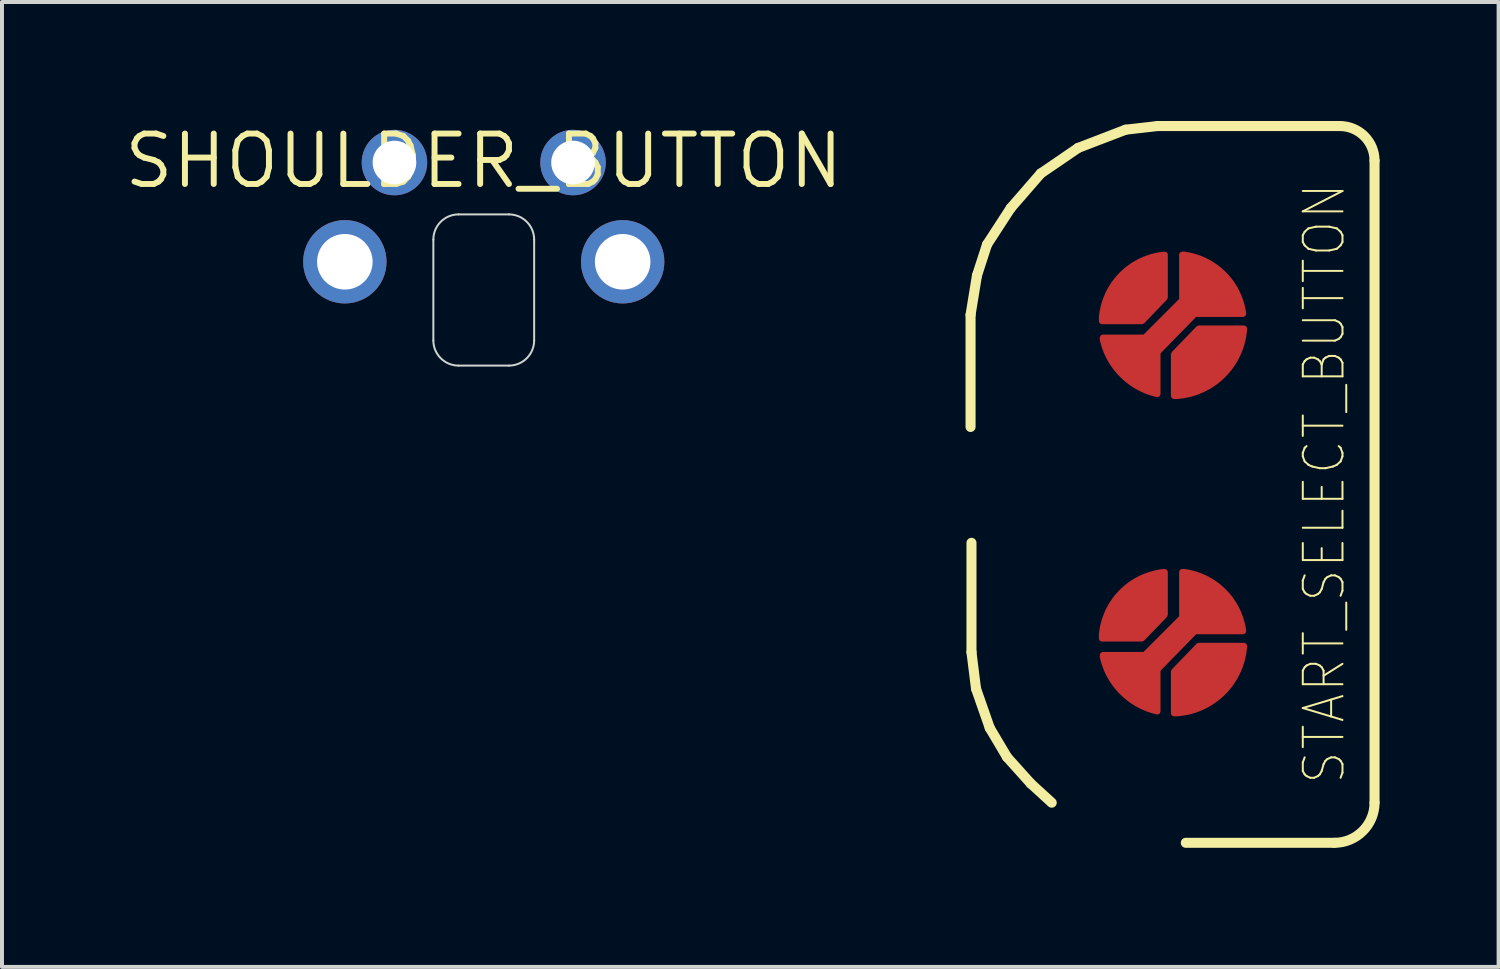
<source format=kicad_pcb>
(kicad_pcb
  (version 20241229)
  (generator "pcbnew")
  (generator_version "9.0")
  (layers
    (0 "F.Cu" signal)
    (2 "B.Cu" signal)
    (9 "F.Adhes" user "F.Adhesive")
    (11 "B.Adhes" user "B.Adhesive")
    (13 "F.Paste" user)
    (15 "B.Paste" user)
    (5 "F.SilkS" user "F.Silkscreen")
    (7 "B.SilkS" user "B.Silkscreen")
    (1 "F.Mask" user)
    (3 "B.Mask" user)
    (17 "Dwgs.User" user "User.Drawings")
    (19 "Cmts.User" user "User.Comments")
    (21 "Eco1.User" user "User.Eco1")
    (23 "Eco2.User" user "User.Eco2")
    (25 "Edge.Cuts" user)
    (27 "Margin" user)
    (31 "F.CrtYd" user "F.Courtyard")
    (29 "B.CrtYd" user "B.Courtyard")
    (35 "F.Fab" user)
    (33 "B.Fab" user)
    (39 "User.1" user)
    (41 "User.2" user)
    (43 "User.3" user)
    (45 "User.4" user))
  (footprint "SHOULDER_BUTTON"
    (layer "F.Cu")
    (at 9.139 3.546)
    (property "Reference" "SHOULDER_BUTTON" (at 0 -2.54 0) (layer "F.SilkS") (effects (font (size 1.27 1.27) (thickness 0.15))))
    (attr through_hole)
    (fp_line (start -1.27 -0.559) (end -1.27 1.981) (stroke (width 0.05) (type solid)) (layer "Edge.Cuts"))
    (fp_line (start -0.635 2.616) (end 0.635 2.616) (stroke (width 0.05) (type solid)) (layer "Edge.Cuts"))
    (fp_line (start 0.635 -1.194) (end -0.635 -1.194) (stroke (width 0.05) (type solid)) (layer "Edge.Cuts"))
    (fp_line (start 1.27 1.981) (end 1.27 -0.559) (stroke (width 0.05) (type solid)) (layer "Edge.Cuts"))
    (fp_arc (start -1.27 -0.5588) (mid -1.084013 -1.007813) (end -0.635 -1.1938) (stroke (width 0.05) (type solid)) (layer "Edge.Cuts"))
    (fp_arc (start -0.635 2.6162) (mid -1.084013 2.430213) (end -1.27 1.9812) (stroke (width 0.05) (type solid)) (layer "Edge.Cuts"))
    (fp_arc (start 0.635 -1.1938) (mid 1.084013 -1.007813) (end 1.27 -0.5588) (stroke (width 0.05) (type solid)) (layer "Edge.Cuts"))
    (fp_arc (start 1.27 1.9812) (mid 1.084013 2.430213) (end 0.635 2.6162) (stroke (width 0.05) (type solid)) (layer "Edge.Cuts"))
    (pad "1" thru_hole circle (at 2.25 -2.5) (size 1.65 1.65) (drill 1.1) (layers "*.Cu" "*.Mask"))
    (pad "2" thru_hole circle (at -3.5 0) (size 2.1 2.1) (drill 1.4) (layers "*.Cu" "*.Mask"))
    (pad "2" thru_hole circle (at -2.25 -2.5) (size 1.65 1.65) (drill 1.1) (layers "*.Cu" "*.Mask"))
    (pad "2" thru_hole circle (at 3.5 0) (size 2.1 2.1) (drill 1.4) (layers "*.Cu" "*.Mask")))
  (footprint "START_SELECT_BUTTON"
    (layer "F.Cu")
    (at 26.506 9.133)
    (property "Reference" "START_SELECT_BUTTON" (at 3.81 0 90) (layer "F.SilkS") (effects (font (size 1 0.9) (thickness 0.05))))
    (attr smd)
    (fp_circle (center 0 -3.998) (end 1.884 -3.998) (stroke (width 0.1) (type solid)) (fill no) (layer "F.Mask"))
    (fp_circle (center 0 3.998) (end 1.884 3.998) (stroke (width 0.1) (type solid)) (fill no) (layer "F.Mask"))
    (fp_line (start -5.101 -4.251) (end -5.101 -1.425) (stroke (width 0.253) (type solid)) (layer "F.SilkS"))
    (fp_line (start -5.078 1.494) (end -5.078 4.251) (stroke (width 0.253) (type solid)) (layer "F.SilkS"))
    (fp_line (start -5.078 4.251) (end -4.963 5.17) (stroke (width 0.253) (type solid)) (layer "F.SilkS"))
    (fp_line (start -4.963 5.17) (end -4.618 6.158) (stroke (width 0.253) (type solid)) (layer "F.SilkS"))
    (fp_line (start -4.94 -5.239) (end -5.101 -4.251) (stroke (width 0.253) (type solid)) (layer "F.SilkS"))
    (fp_line (start -4.687 -6.02) (end -4.94 -5.239) (stroke (width 0.253) (type solid)) (layer "F.SilkS"))
    (fp_line (start -4.618 6.158) (end -4.182 6.893) (stroke (width 0.253) (type solid)) (layer "F.SilkS"))
    (fp_line (start -4.182 6.893) (end -3.584 7.559) (stroke (width 0.253) (type solid)) (layer "F.SilkS"))
    (fp_line (start -4.09 -6.939) (end -4.687 -6.02) (stroke (width 0.253) (type solid)) (layer "F.SilkS"))
    (fp_line (start -3.584 7.559) (end -3.056 8.042) (stroke (width 0.253) (type solid)) (layer "F.SilkS"))
    (fp_line (start -3.332 -7.812) (end -4.09 -6.939) (stroke (width 0.253) (type solid)) (layer "F.SilkS"))
    (fp_line (start -2.39 -8.456) (end -3.332 -7.812) (stroke (width 0.253) (type solid)) (layer "F.SilkS"))
    (fp_line (start -1.195 -8.915) (end -2.39 -8.456) (stroke (width 0.253) (type solid)) (layer "F.SilkS"))
    (fp_line (start -0.391 -9.007) (end -1.195 -8.915) (stroke (width 0.253) (type solid)) (layer "F.SilkS"))
    (fp_line (start 0.322 9.053) (end 4.067 9.053) (stroke (width 0.253) (type solid)) (layer "F.SilkS"))
    (fp_line (start 4.205 -9.007) (end -0.391 -9.007) (stroke (width 0.253) (type solid)) (layer "F.SilkS"))
    (fp_line (start 5.078 8.042) (end 5.078 -8.134) (stroke (width 0.253) (type solid)) (layer "F.SilkS"))
    (fp_arc (start 4.20482 -9.00704) (mid 4.822216 -8.751306) (end 5.07795 -8.13391) (stroke (width 0.25275) (type solid)) (layer "F.SilkS"))
    (fp_arc (start 5.07795 8.042) (mid 4.781838 8.756878) (end 4.06696 9.05299) (stroke (width 0.25275) (type solid)) (layer "F.SilkS"))
    (fp_circle (center 0 -3.998) (end 1.935 -3.998) (stroke (width 0.102) (type solid)) (fill no) (layer "Eco1.User"))
    (fp_circle (center 0 3.998) (end 1.935 3.998) (stroke (width 0.102) (type solid)) (fill no) (layer "Eco1.User"))
    (pad "1" smd custom (at -0.046 -3.998) (size 0.23 0.23) (layers "F.Cu" "F.Mask") (options (anchor rect)) (primitives (gr_poly (pts (xy -1.723 0.322) (xy -0.666 0.322) (xy 0.276 -0.62) (xy 0.276 -1.769) (xy 0.322 -1.769) (xy 0.344 -1.767) (xy 0.419 -1.754) (xy 0.493 -1.738) (xy 0.566 -1.719) (xy 0.639 -1.697) (xy 0.71 -1.672) (xy 0.78 -1.644) (xy 0.849 -1.612) (xy 0.917 -1.578) (xy 0.982 -1.541) (xy 1.047 -1.5) (xy 1.109 -1.458) (xy 1.169 -1.412) (xy 1.228 -1.364) (xy 1.284 -1.313) (xy 1.338 -1.26) (xy 1.39 -1.205) (xy 1.439 -1.147) (xy 1.486 -1.088) (xy 1.53 -1.026) (xy 1.571 -0.962) (xy 1.609 -0.897) (xy 1.645 -0.83) (xy 1.677 -0.762) (xy 1.707 -0.692) (xy 1.733 -0.621) (xy 1.757 -0.549) (xy 1.777 -0.476) (xy 1.794 -0.403) (xy 1.808 -0.328) (xy 1.815 -0.276) (xy 0.597 -0.276) (xy -0.345 0.689) (xy -0.345 1.746) (xy -0.394 1.735) (xy -0.46 1.717) (xy -0.525 1.697) (xy -0.59 1.674) (xy -0.654 1.648) (xy -0.716 1.621) (xy -0.778 1.591) (xy -0.839 1.558) (xy -0.898 1.524) (xy -0.956 1.487) (xy -1.012 1.448) (xy -1.067 1.407) (xy -1.12 1.363) (xy -1.172 1.318) (xy -1.222 1.271) (xy -1.27 1.222) (xy -1.316 1.171) (xy -1.361 1.119) (xy -1.403 1.065) (xy -1.443 1.009) (xy -1.481 0.952) (xy -1.517 0.894) (xy -1.55 0.834) (xy -1.582 0.773) (xy -1.611 0.711) (xy -1.637 0.647) (xy -1.662 0.583) (xy -1.683 0.518) (xy -1.703 0.452) (xy -1.72 0.386) (xy -1.723 0.368)) (width 0.152) (fill yes))))
    (pad "2" smd custom (at -0.919 3.263) (size 0.23 0.23) (layers "F.Cu" "F.Mask") (options (anchor rect)) (primitives (gr_poly (pts (xy -0.873 0.643) (xy 0.138 0.643) (xy 0.712 0.046) (xy 0.712 -1.034) (xy 0.672 -1.03) (xy 0.591 -1.02) (xy 0.512 -1.005) (xy 0.432 -0.987) (xy 0.354 -0.965) (xy 0.277 -0.939) (xy 0.201 -0.91) (xy 0.127 -0.878) (xy 0.054 -0.842) (xy -0.017 -0.802) (xy -0.086 -0.76) (xy -0.153 -0.714) (xy -0.218 -0.665) (xy -0.28 -0.613) (xy -0.34 -0.558) (xy -0.398 -0.501) (xy -0.452 -0.441) (xy -0.504 -0.379) (xy -0.553 -0.314) (xy -0.599 -0.247) (xy -0.641 -0.178) (xy -0.681 -0.107) (xy -0.717 -0.034) (xy -0.749 0.041) (xy -0.778 0.116) (xy -0.804 0.193) (xy -0.826 0.272) (xy -0.844 0.351) (xy -0.859 0.431) (xy -0.87 0.511) (xy -0.873 0.551)) (width 0.152) (fill yes))))
    (pad "2" smd custom (at -0.069 4.021) (size 0.23 0.23) (layers "F.Cu" "F.Mask") (options (anchor rect)) (primitives (gr_poly (pts (xy -1.7 0.299) (xy -0.643 0.299) (xy 0.299 -0.643) (xy 0.299 -1.792) (xy 0.345 -1.792) (xy 0.397 -1.785) (xy 0.472 -1.771) (xy 0.545 -1.754) (xy 0.618 -1.734) (xy 0.69 -1.71) (xy 0.761 -1.684) (xy 0.831 -1.654) (xy 0.899 -1.622) (xy 0.966 -1.586) (xy 1.031 -1.548) (xy 1.095 -1.507) (xy 1.156 -1.463) (xy 1.216 -1.416) (xy 1.274 -1.367) (xy 1.329 -1.315) (xy 1.382 -1.261) (xy 1.433 -1.205) (xy 1.481 -1.147) (xy 1.526 -1.086) (xy 1.569 -1.024) (xy 1.609 -0.959) (xy 1.647 -0.894) (xy 1.681 -0.826) (xy 1.713 -0.757) (xy 1.741 -0.687) (xy 1.766 -0.616) (xy 1.788 -0.543) (xy 1.807 -0.47) (xy 1.823 -0.396) (xy 1.835 -0.321) (xy 1.838 -0.299) (xy 0.62 -0.299) (xy -0.322 0.666) (xy -0.322 1.723) (xy -0.371 1.712) (xy -0.437 1.694) (xy -0.502 1.674) (xy -0.567 1.651) (xy -0.631 1.625) (xy -0.693 1.598) (xy -0.755 1.568) (xy -0.816 1.535) (xy -0.875 1.501) (xy -0.933 1.464) (xy -0.989 1.425) (xy -1.044 1.384) (xy -1.097 1.34) (xy -1.149 1.295) (xy -1.199 1.248) (xy -1.247 1.199) (xy -1.293 1.148) (xy -1.338 1.096) (xy -1.38 1.042) (xy -1.42 0.986) (xy -1.458 0.929) (xy -1.494 0.871) (xy -1.527 0.811) (xy -1.559 0.75) (xy -1.588 0.688) (xy -1.614 0.624) (xy -1.639 0.56) (xy -1.66 0.495) (xy -1.68 0.429) (xy -1.697 0.363) (xy -1.7 0.345)) (width 0.152) (fill yes))))
    (pad "3" smd custom (at -0.896 -4.756) (size 0.23 0.23) (layers "F.Cu" "F.Mask") (options (anchor rect)) (primitives (gr_poly (pts (xy -0.896 0.666) (xy 0.115 0.666) (xy 0.689 0.069) (xy 0.689 -1.011) (xy 0.649 -1.007) (xy 0.568 -0.997) (xy 0.489 -0.982) (xy 0.409 -0.964) (xy 0.331 -0.942) (xy 0.254 -0.916) (xy 0.178 -0.887) (xy 0.104 -0.855) (xy 0.031 -0.819) (xy -0.04 -0.779) (xy -0.109 -0.737) (xy -0.176 -0.691) (xy -0.241 -0.642) (xy -0.303 -0.59) (xy -0.363 -0.536) (xy -0.421 -0.478) (xy -0.475 -0.418) (xy -0.527 -0.356) (xy -0.576 -0.291) (xy -0.622 -0.224) (xy -0.664 -0.155) (xy -0.704 -0.084) (xy -0.74 -0.011) (xy -0.772 0.064) (xy -0.801 0.139) (xy -0.827 0.216) (xy -0.849 0.295) (xy -0.867 0.374) (xy -0.882 0.454) (xy -0.893 0.534) (xy -0.896 0.574)) (width 0.152) (fill yes))))
    (pad "3" smd custom (at 0.712 -3.148) (size 0.23 0.23) (layers "F.Cu" "F.Mask") (options (anchor rect)) (primitives (gr_poly (pts (xy -0.689 0.942) (xy -0.689 -0.11) (xy -0.064 -0.758) (xy 1.08 -0.758) (xy 1.076 -0.707) (xy 1.066 -0.621) (xy 1.052 -0.535) (xy 1.033 -0.45) (xy 1.011 -0.366) (xy 0.985 -0.283) (xy 0.954 -0.201) (xy 0.92 -0.121) (xy 0.882 -0.043) (xy 0.841 0.034) (xy 0.795 0.108) (xy 0.747 0.18) (xy 0.694 0.25) (xy 0.639 0.317) (xy 0.581 0.381) (xy 0.519 0.443) (xy 0.455 0.501) (xy 0.387 0.557) (xy 0.318 0.609) (xy 0.246 0.657) (xy 0.171 0.703) (xy 0.095 0.744) (xy 0.017 0.782) (xy -0.063 0.816) (xy -0.145 0.847) (xy -0.228 0.873) (xy -0.312 0.896) (xy -0.397 0.914) (xy -0.483 0.928) (xy -0.569 0.938) (xy -0.62 0.942)) (width 0.152) (fill yes))))
    (pad "4" smd custom (at 0.689 4.871) (size 0.23 0.23) (layers "F.Cu" "F.Mask") (options (anchor rect)) (primitives (gr_poly (pts (xy -0.666 0.919) (xy -0.666 -0.133) (xy -0.041 -0.781) (xy 1.103 -0.781) (xy 1.099 -0.73) (xy 1.089 -0.643) (xy 1.075 -0.558) (xy 1.056 -0.473) (xy 1.034 -0.389) (xy 1.008 -0.306) (xy 0.977 -0.224) (xy 0.943 -0.144) (xy 0.905 -0.066) (xy 0.863 0.011) (xy 0.818 0.085) (xy 0.77 0.157) (xy 0.717 0.227) (xy 0.662 0.294) (xy 0.603 0.358) (xy 0.542 0.42) (xy 0.478 0.478) (xy 0.41 0.534) (xy 0.341 0.586) (xy 0.269 0.634) (xy 0.194 0.68) (xy 0.118 0.721) (xy 0.04 0.759) (xy -0.04 0.793) (xy -0.122 0.824) (xy -0.205 0.85) (xy -0.289 0.873) (xy -0.374 0.891) (xy -0.46 0.905) (xy -0.546 0.916) (xy -0.597 0.919)) (width 0.152) (fill yes)))))
  (gr_rect
    (start -3 -3)
    (end 34.71 21.313)
    (stroke (width 0.1) (type default))
    (fill no)
    (layer "Edge.Cuts")))
</source>
